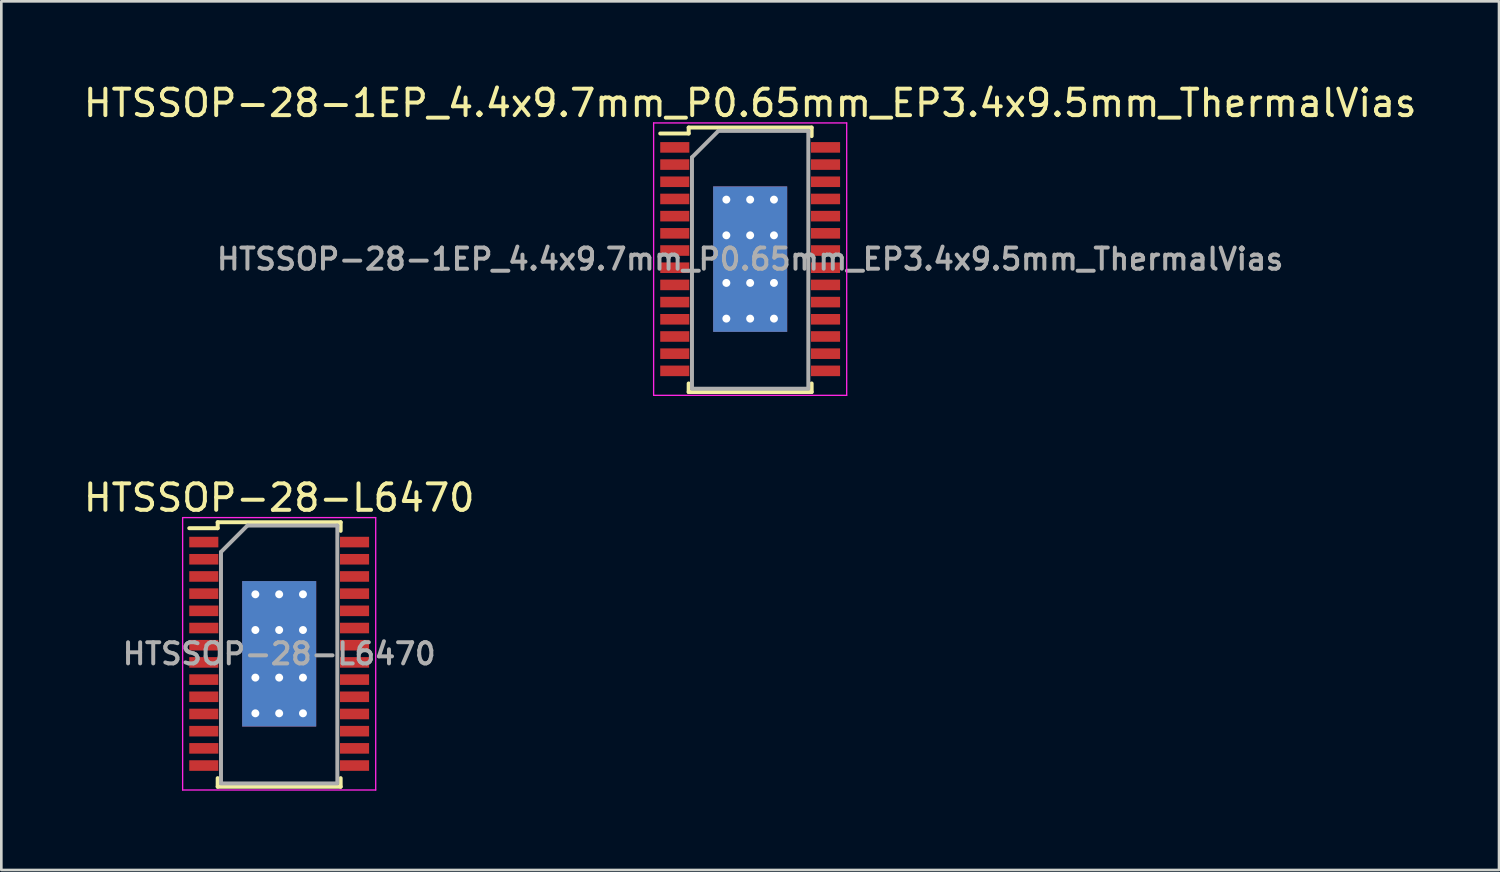
<source format=kicad_pcb>
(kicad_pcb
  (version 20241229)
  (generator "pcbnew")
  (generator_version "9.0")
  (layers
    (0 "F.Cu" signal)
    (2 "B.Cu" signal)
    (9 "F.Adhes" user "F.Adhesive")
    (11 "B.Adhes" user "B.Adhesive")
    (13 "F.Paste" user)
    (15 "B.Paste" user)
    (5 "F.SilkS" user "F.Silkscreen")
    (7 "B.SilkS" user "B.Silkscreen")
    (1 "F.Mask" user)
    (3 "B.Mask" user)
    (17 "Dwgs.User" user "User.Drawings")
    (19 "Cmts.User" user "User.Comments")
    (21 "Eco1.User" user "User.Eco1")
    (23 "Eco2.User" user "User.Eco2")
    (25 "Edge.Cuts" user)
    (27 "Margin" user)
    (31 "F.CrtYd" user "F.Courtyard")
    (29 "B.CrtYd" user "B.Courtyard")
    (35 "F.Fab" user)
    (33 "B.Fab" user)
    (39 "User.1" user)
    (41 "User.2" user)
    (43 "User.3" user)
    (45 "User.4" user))
  (footprint "HTSSOP-28-L6470"
    (layer "F.Cu")
    (at 7.506 21.672)
    (property "Reference" "HTSSOP-28-L6470" (at 0 -5.9 0) (layer "F.SilkS") (effects (font (size 1 1) (thickness 0.15))))
    (attr smd)
    (fp_line (start -2.325 -4.975) (end -2.325 -4.75) (stroke (width 0.15) (type solid)) (layer "F.SilkS"))
    (fp_line (start -2.325 -4.975) (end 2.325 -4.975) (stroke (width 0.15) (type solid)) (layer "F.SilkS"))
    (fp_line (start -2.325 -4.75) (end -3.4 -4.75) (stroke (width 0.15) (type solid)) (layer "F.SilkS"))
    (fp_line (start -2.325 5.026) (end -2.325 4.701) (stroke (width 0.15) (type solid)) (layer "F.SilkS"))
    (fp_line (start -2.325 5.026) (end 2.325 5.026) (stroke (width 0.15) (type solid)) (layer "F.SilkS"))
    (fp_line (start 2.325 -4.975) (end 2.325 -4.65) (stroke (width 0.15) (type solid)) (layer "F.SilkS"))
    (fp_line (start 2.325 5.026) (end 2.325 4.701) (stroke (width 0.15) (type solid)) (layer "F.SilkS"))
    (fp_line (start -3.65 -5.15) (end -3.65 5.15) (stroke (width 0.05) (type solid)) (layer "F.CrtYd"))
    (fp_line (start -3.65 -5.15) (end 3.65 -5.15) (stroke (width 0.05) (type solid)) (layer "F.CrtYd"))
    (fp_line (start -3.65 5.15) (end 3.65 5.15) (stroke (width 0.05) (type solid)) (layer "F.CrtYd"))
    (fp_line (start 3.65 -5.15) (end 3.65 5.15) (stroke (width 0.05) (type solid)) (layer "F.CrtYd"))
    (fp_line (start -2.2 -3.85) (end -1.2 -4.85) (stroke (width 0.15) (type solid)) (layer "F.Fab"))
    (fp_line (start -2.2 4.85) (end -2.2 -3.85) (stroke (width 0.15) (type solid)) (layer "F.Fab"))
    (fp_line (start -1.2 -4.85) (end 2.2 -4.85) (stroke (width 0.15) (type solid)) (layer "F.Fab"))
    (fp_line (start 2.2 -4.85) (end 2.2 4.85) (stroke (width 0.15) (type solid)) (layer "F.Fab"))
    (fp_line (start 2.2 4.901) (end -2.2 4.901) (stroke (width 0.15) (type solid)) (layer "F.Fab"))
    (fp_text user "${REFERENCE}" (at 0 0 0) (layer "F.Fab") (effects (font (size 0.8 0.8) (thickness 0.15))))
    (pad "1" smd rect (at -2.85 -4.225) (size 1.1 0.4) (layers "F.Cu" "F.Mask" "F.Paste"))
    (pad "2" smd rect (at -2.85 -3.575) (size 1.1 0.4) (layers "F.Cu" "F.Mask" "F.Paste"))
    (pad "3" smd rect (at -2.85 -2.925) (size 1.1 0.4) (layers "F.Cu" "F.Mask" "F.Paste"))
    (pad "4" smd rect (at -2.85 -2.275) (size 1.1 0.4) (layers "F.Cu" "F.Mask" "F.Paste"))
    (pad "5" smd rect (at -2.85 -1.625) (size 1.1 0.4) (layers "F.Cu" "F.Mask" "F.Paste"))
    (pad "6" smd rect (at -2.85 -0.975) (size 1.1 0.4) (layers "F.Cu" "F.Mask" "F.Paste"))
    (pad "7" smd rect (at -2.85 -0.325) (size 1.1 0.4) (layers "F.Cu" "F.Mask" "F.Paste"))
    (pad "8" smd rect (at -2.85 0.325) (size 1.1 0.4) (layers "F.Cu" "F.Mask" "F.Paste"))
    (pad "9" smd rect (at -2.85 0.975) (size 1.1 0.4) (layers "F.Cu" "F.Mask" "F.Paste"))
    (pad "10" smd rect (at -2.85 1.625) (size 1.1 0.4) (layers "F.Cu" "F.Mask" "F.Paste"))
    (pad "11" smd rect (at -2.85 2.275) (size 1.1 0.4) (layers "F.Cu" "F.Mask" "F.Paste"))
    (pad "12" smd rect (at -2.85 2.925) (size 1.1 0.4) (layers "F.Cu" "F.Mask" "F.Paste"))
    (pad "13" smd rect (at -2.85 3.575) (size 1.1 0.4) (layers "F.Cu" "F.Mask" "F.Paste"))
    (pad "14" smd rect (at -2.85 4.225) (size 1.1 0.4) (layers "F.Cu" "F.Mask" "F.Paste"))
    (pad "15" smd rect (at 2.85 4.225) (size 1.1 0.4) (layers "F.Cu" "F.Mask" "F.Paste"))
    (pad "16" smd rect (at 2.85 3.575) (size 1.1 0.4) (layers "F.Cu" "F.Mask" "F.Paste"))
    (pad "17" smd rect (at 2.85 2.925) (size 1.1 0.4) (layers "F.Cu" "F.Mask" "F.Paste"))
    (pad "18" smd rect (at 2.85 2.275) (size 1.1 0.4) (layers "F.Cu" "F.Mask" "F.Paste"))
    (pad "19" smd rect (at 2.85 1.625) (size 1.1 0.4) (layers "F.Cu" "F.Mask" "F.Paste"))
    (pad "20" smd rect (at 2.85 0.975) (size 1.1 0.4) (layers "F.Cu" "F.Mask" "F.Paste"))
    (pad "21" smd rect (at 2.85 0.325) (size 1.1 0.4) (layers "F.Cu" "F.Mask" "F.Paste"))
    (pad "22" smd rect (at 2.85 -0.325) (size 1.1 0.4) (layers "F.Cu" "F.Mask" "F.Paste"))
    (pad "23" smd rect (at 2.85 -0.975) (size 1.1 0.4) (layers "F.Cu" "F.Mask" "F.Paste"))
    (pad "24" smd rect (at 2.85 -1.625) (size 1.1 0.4) (layers "F.Cu" "F.Mask" "F.Paste"))
    (pad "25" smd rect (at 2.85 -2.275) (size 1.1 0.4) (layers "F.Cu" "F.Mask" "F.Paste"))
    (pad "26" smd rect (at 2.85 -2.925) (size 1.1 0.4) (layers "F.Cu" "F.Mask" "F.Paste"))
    (pad "27" smd rect (at 2.85 -3.575) (size 1.1 0.4) (layers "F.Cu" "F.Mask" "F.Paste"))
    (pad "28" smd rect (at 2.85 -4.225) (size 1.1 0.4) (layers "F.Cu" "F.Mask" "F.Paste"))
    (pad "29" thru_hole circle (at -0.9 -2.25) (size 0.6 0.6) (drill 0.3) (layers "*.Cu"))
    (pad "29" thru_hole circle (at -0.9 -0.9) (size 0.6 0.6) (drill 0.3) (layers "*.Cu"))
    (pad "29" thru_hole circle (at -0.9 0.9) (size 0.6 0.6) (drill 0.3) (layers "*.Cu"))
    (pad "29" thru_hole circle (at -0.9 2.25) (size 0.6 0.6) (drill 0.3) (layers "*.Cu"))
    (pad "29" thru_hole circle (at 0 -2.25) (size 0.6 0.6) (drill 0.3) (layers "*.Cu"))
    (pad "29" thru_hole circle (at 0 -0.9) (size 0.6 0.6) (drill 0.3) (layers "*.Cu"))
    (pad "29" smd rect (at 0 0) (size 2.8 5.5) (layers "F.Cu" "F.Mask"))
    (pad "29" smd rect (at 0 0) (size 2.8 5.5) (layers "B.Cu"))
    (pad "29" thru_hole circle (at 0 0.9) (size 0.6 0.6) (drill 0.3) (layers "*.Cu"))
    (pad "29" thru_hole circle (at 0 2.25) (size 0.6 0.6) (drill 0.3) (layers "*.Cu"))
    (pad "29" thru_hole circle (at 0.9 -2.25) (size 0.6 0.6) (drill 0.3) (layers "*.Cu"))
    (pad "29" thru_hole circle (at 0.9 -0.9) (size 0.6 0.6) (drill 0.3) (layers "*.Cu"))
    (pad "29" thru_hole circle (at 0.9 0.9) (size 0.6 0.6) (drill 0.3) (layers "*.Cu"))
    (pad "29" thru_hole circle (at 0.9 2.25) (size 0.6 0.6) (drill 0.3) (layers "*.Cu")))
  (footprint "HTSSOP-28-1EP_4.4x9.7mm_P0.65mm_EP3.4x9.5mm_ThermalVias"
    (layer "F.Cu")
    (at 25.315 6.748)
    (property "Reference" "HTSSOP-28-1EP_4.4x9.7mm_P0.65mm_EP3.4x9.5mm_ThermalVias" (at 0 -5.9 0) (layer "F.SilkS") (effects (font (size 1 1) (thickness 0.15))))
    (attr smd)
    (fp_line (start -2.325 -4.975) (end -2.325 -4.75) (stroke (width 0.15) (type solid)) (layer "F.SilkS"))
    (fp_line (start -2.325 -4.975) (end 2.325 -4.975) (stroke (width 0.15) (type solid)) (layer "F.SilkS"))
    (fp_line (start -2.325 -4.75) (end -3.4 -4.75) (stroke (width 0.15) (type solid)) (layer "F.SilkS"))
    (fp_line (start -2.325 5.026) (end -2.325 4.701) (stroke (width 0.15) (type solid)) (layer "F.SilkS"))
    (fp_line (start -2.325 5.026) (end 2.325 5.026) (stroke (width 0.15) (type solid)) (layer "F.SilkS"))
    (fp_line (start 2.325 -4.975) (end 2.325 -4.65) (stroke (width 0.15) (type solid)) (layer "F.SilkS"))
    (fp_line (start 2.325 5.026) (end 2.325 4.701) (stroke (width 0.15) (type solid)) (layer "F.SilkS"))
    (fp_line (start -3.65 -5.15) (end -3.65 5.15) (stroke (width 0.05) (type solid)) (layer "F.CrtYd"))
    (fp_line (start -3.65 -5.15) (end 3.65 -5.15) (stroke (width 0.05) (type solid)) (layer "F.CrtYd"))
    (fp_line (start -3.65 5.15) (end 3.65 5.15) (stroke (width 0.05) (type solid)) (layer "F.CrtYd"))
    (fp_line (start 3.65 -5.15) (end 3.65 5.15) (stroke (width 0.05) (type solid)) (layer "F.CrtYd"))
    (fp_line (start -2.2 -3.85) (end -1.2 -4.85) (stroke (width 0.15) (type solid)) (layer "F.Fab"))
    (fp_line (start -2.2 4.85) (end -2.2 -3.85) (stroke (width 0.15) (type solid)) (layer "F.Fab"))
    (fp_line (start -1.2 -4.85) (end 2.2 -4.85) (stroke (width 0.15) (type solid)) (layer "F.Fab"))
    (fp_line (start 2.2 -4.85) (end 2.2 4.85) (stroke (width 0.15) (type solid)) (layer "F.Fab"))
    (fp_line (start 2.2 4.901) (end -2.2 4.901) (stroke (width 0.15) (type solid)) (layer "F.Fab"))
    (fp_text user "${REFERENCE}" (at 0 0 0) (layer "F.Fab") (effects (font (size 0.8 0.8) (thickness 0.15))))
    (pad "1" smd rect (at -2.85 -4.225) (size 1.1 0.4) (layers "F.Cu" "F.Mask" "F.Paste"))
    (pad "2" smd rect (at -2.85 -3.575) (size 1.1 0.4) (layers "F.Cu" "F.Mask" "F.Paste"))
    (pad "3" smd rect (at -2.85 -2.925) (size 1.1 0.4) (layers "F.Cu" "F.Mask" "F.Paste"))
    (pad "4" smd rect (at -2.85 -2.275) (size 1.1 0.4) (layers "F.Cu" "F.Mask" "F.Paste"))
    (pad "5" smd rect (at -2.85 -1.625) (size 1.1 0.4) (layers "F.Cu" "F.Mask" "F.Paste"))
    (pad "6" smd rect (at -2.85 -0.975) (size 1.1 0.4) (layers "F.Cu" "F.Mask" "F.Paste"))
    (pad "7" smd rect (at -2.85 -0.325) (size 1.1 0.4) (layers "F.Cu" "F.Mask" "F.Paste"))
    (pad "8" smd rect (at -2.85 0.325) (size 1.1 0.4) (layers "F.Cu" "F.Mask" "F.Paste"))
    (pad "9" smd rect (at -2.85 0.975) (size 1.1 0.4) (layers "F.Cu" "F.Mask" "F.Paste"))
    (pad "10" smd rect (at -2.85 1.625) (size 1.1 0.4) (layers "F.Cu" "F.Mask" "F.Paste"))
    (pad "11" smd rect (at -2.85 2.275) (size 1.1 0.4) (layers "F.Cu" "F.Mask" "F.Paste"))
    (pad "12" smd rect (at -2.85 2.925) (size 1.1 0.4) (layers "F.Cu" "F.Mask" "F.Paste"))
    (pad "13" smd rect (at -2.85 3.575) (size 1.1 0.4) (layers "F.Cu" "F.Mask" "F.Paste"))
    (pad "14" smd rect (at -2.85 4.225) (size 1.1 0.4) (layers "F.Cu" "F.Mask" "F.Paste"))
    (pad "15" smd rect (at 2.85 4.225) (size 1.1 0.4) (layers "F.Cu" "F.Mask" "F.Paste"))
    (pad "16" smd rect (at 2.85 3.575) (size 1.1 0.4) (layers "F.Cu" "F.Mask" "F.Paste"))
    (pad "17" smd rect (at 2.85 2.925) (size 1.1 0.4) (layers "F.Cu" "F.Mask" "F.Paste"))
    (pad "18" smd rect (at 2.85 2.275) (size 1.1 0.4) (layers "F.Cu" "F.Mask" "F.Paste"))
    (pad "19" smd rect (at 2.85 1.625) (size 1.1 0.4) (layers "F.Cu" "F.Mask" "F.Paste"))
    (pad "20" smd rect (at 2.85 0.975) (size 1.1 0.4) (layers "F.Cu" "F.Mask" "F.Paste"))
    (pad "21" smd rect (at 2.85 0.325) (size 1.1 0.4) (layers "F.Cu" "F.Mask" "F.Paste"))
    (pad "22" smd rect (at 2.85 -0.325) (size 1.1 0.4) (layers "F.Cu" "F.Mask" "F.Paste"))
    (pad "23" smd rect (at 2.85 -0.975) (size 1.1 0.4) (layers "F.Cu" "F.Mask" "F.Paste"))
    (pad "24" smd rect (at 2.85 -1.625) (size 1.1 0.4) (layers "F.Cu" "F.Mask" "F.Paste"))
    (pad "25" smd rect (at 2.85 -2.275) (size 1.1 0.4) (layers "F.Cu" "F.Mask" "F.Paste"))
    (pad "26" smd rect (at 2.85 -2.925) (size 1.1 0.4) (layers "F.Cu" "F.Mask" "F.Paste"))
    (pad "27" smd rect (at 2.85 -3.575) (size 1.1 0.4) (layers "F.Cu" "F.Mask" "F.Paste"))
    (pad "28" smd rect (at 2.85 -4.225) (size 1.1 0.4) (layers "F.Cu" "F.Mask" "F.Paste"))
    (pad "29" thru_hole circle (at -0.9 -2.25) (size 0.6 0.6) (drill 0.3) (layers "*.Cu"))
    (pad "29" thru_hole circle (at -0.9 -0.9) (size 0.6 0.6) (drill 0.3) (layers "*.Cu"))
    (pad "29" thru_hole circle (at -0.9 0.9) (size 0.6 0.6) (drill 0.3) (layers "*.Cu"))
    (pad "29" thru_hole circle (at -0.9 2.25) (size 0.6 0.6) (drill 0.3) (layers "*.Cu"))
    (pad "29" thru_hole circle (at 0 -2.25) (size 0.6 0.6) (drill 0.3) (layers "*.Cu"))
    (pad "29" thru_hole circle (at 0 -0.9) (size 0.6 0.6) (drill 0.3) (layers "*.Cu"))
    (pad "29" smd rect (at 0 0) (size 2.8 5.5) (layers "F.Cu" "F.Mask"))
    (pad "29" smd rect (at 0 0) (size 2.8 5.5) (layers "B.Cu"))
    (pad "29" thru_hole circle (at 0 0.9) (size 0.6 0.6) (drill 0.3) (layers "*.Cu"))
    (pad "29" thru_hole circle (at 0 2.25) (size 0.6 0.6) (drill 0.3) (layers "*.Cu"))
    (pad "29" thru_hole circle (at 0.9 -2.25) (size 0.6 0.6) (drill 0.3) (layers "*.Cu"))
    (pad "29" thru_hole circle (at 0.9 -0.9) (size 0.6 0.6) (drill 0.3) (layers "*.Cu"))
    (pad "29" thru_hole circle (at 0.9 0.9) (size 0.6 0.6) (drill 0.3) (layers "*.Cu"))
    (pad "29" thru_hole circle (at 0.9 2.25) (size 0.6 0.6) (drill 0.3) (layers "*.Cu")))
  (gr_rect
    (start -3 -3)
    (end 53.631 29.846)
    (stroke (width 0.1) (type default))
    (fill no)
    (layer "Edge.Cuts")))
</source>
